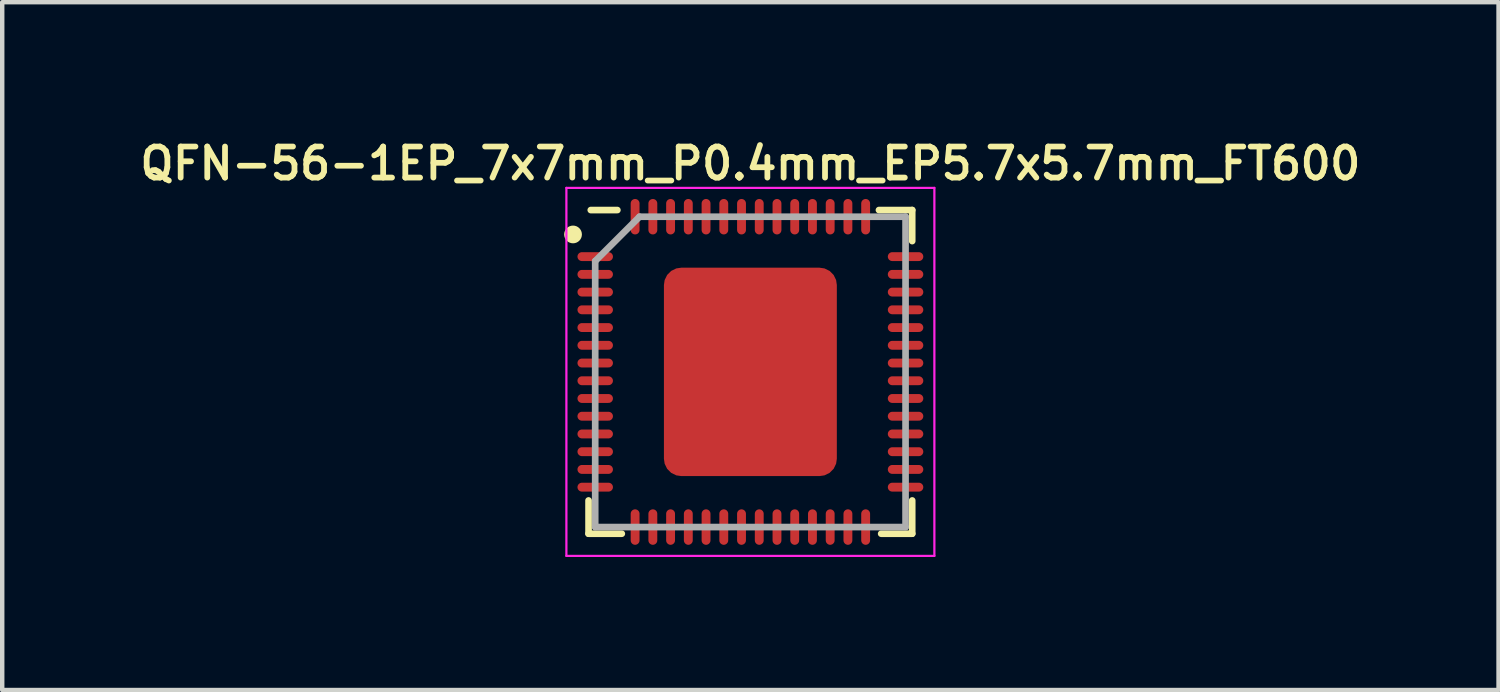
<source format=kicad_pcb>
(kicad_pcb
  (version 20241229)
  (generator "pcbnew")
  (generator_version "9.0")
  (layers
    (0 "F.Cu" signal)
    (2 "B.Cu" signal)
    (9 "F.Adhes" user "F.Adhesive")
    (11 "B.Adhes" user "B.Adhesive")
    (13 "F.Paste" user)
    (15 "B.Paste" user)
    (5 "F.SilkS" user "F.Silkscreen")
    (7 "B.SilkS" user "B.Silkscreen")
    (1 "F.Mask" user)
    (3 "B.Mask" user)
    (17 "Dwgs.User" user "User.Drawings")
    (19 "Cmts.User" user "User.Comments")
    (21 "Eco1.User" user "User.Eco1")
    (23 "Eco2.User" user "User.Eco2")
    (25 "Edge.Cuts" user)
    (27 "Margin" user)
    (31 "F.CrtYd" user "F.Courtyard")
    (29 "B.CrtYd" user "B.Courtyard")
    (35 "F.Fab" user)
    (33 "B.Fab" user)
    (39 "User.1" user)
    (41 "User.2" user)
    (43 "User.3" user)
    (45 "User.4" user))
  (footprint "QFN-56-1EP_7x7mm_P0.4mm_EP5.7x5.7mm_FT600"
    (layer "F.Cu")
    (at 13.875 5.338)
    (property "Reference" "QFN-56-1EP_7x7mm_P0.4mm_EP5.7x5.7mm_FT600" (at 0 -4.7 0) (layer "F.SilkS") (effects (font (size 0.7 0.7) (thickness 0.13))))
    (property "Value" "${VALUE}" (at 0 3 0) (layer "F.Fab") (hide yes) (effects (font (size 0.4 0.4) (thickness 0.05))))
    (attr smd)
    (fp_line (start -3.65 2.9) (end -3.65 3.65) (stroke (width 0.15) (type solid)) (layer "F.SilkS"))
    (fp_line (start -3.65 3.65) (end -2.9 3.65) (stroke (width 0.15) (type solid)) (layer "F.SilkS"))
    (fp_line (start -3.6 -3.65) (end -3 -3.65) (stroke (width 0.15) (type solid)) (layer "F.SilkS"))
    (fp_line (start 3.65 -3.65) (end 2.9 -3.65) (stroke (width 0.15) (type solid)) (layer "F.SilkS"))
    (fp_line (start 3.65 -3.65) (end 3.65 -2.95) (stroke (width 0.15) (type solid)) (layer "F.SilkS"))
    (fp_line (start 3.65 2.9) (end 3.65 3.65) (stroke (width 0.15) (type solid)) (layer "F.SilkS"))
    (fp_line (start 3.65 3.65) (end 2.95 3.65) (stroke (width 0.15) (type solid)) (layer "F.SilkS"))
    (fp_circle (center -4 -3.1) (end -3.9 -3.1) (stroke (width 0.2) (type solid)) (fill no) (layer "F.SilkS"))
    (fp_line (start -4.15 -4.15) (end -4.15 4.15) (stroke (width 0.05) (type solid)) (layer "F.CrtYd"))
    (fp_line (start -4.15 -4.15) (end 4.15 -4.15) (stroke (width 0.05) (type solid)) (layer "F.CrtYd"))
    (fp_line (start -4.15 4.15) (end 4.15 4.15) (stroke (width 0.05) (type solid)) (layer "F.CrtYd"))
    (fp_line (start 4.15 -4.15) (end 4.15 4.15) (stroke (width 0.05) (type solid)) (layer "F.CrtYd"))
    (fp_line (start -3.5 -2.5) (end -2.5 -3.5) (stroke (width 0.15) (type solid)) (layer "F.Fab"))
    (fp_line (start -3.5 3.5) (end -3.5 -2.5) (stroke (width 0.15) (type solid)) (layer "F.Fab"))
    (fp_line (start -2.5 -3.5) (end 3.5 -3.5) (stroke (width 0.15) (type solid)) (layer "F.Fab"))
    (fp_line (start 3.5 -3.5) (end 3.5 3.5) (stroke (width 0.15) (type solid)) (layer "F.Fab"))
    (fp_line (start 3.5 3.5) (end -3.5 3.5) (stroke (width 0.15) (type solid)) (layer "F.Fab"))
    (pad "" smd rect (at -1.2 -1.7) (size 0.9 0.9) (layers "F.Paste"))
    (pad "" smd rect (at -1.2 -0.575) (size 0.9 0.9) (layers "F.Paste"))
    (pad "" smd rect (at -1.2 0.575) (size 0.9 0.9) (layers "F.Paste"))
    (pad "" smd rect (at -1.2 1.72) (size 0.9 0.9) (layers "F.Paste"))
    (pad "" smd rect (at 0 -1.7) (size 0.9 0.9) (layers "F.Paste"))
    (pad "" smd rect (at 0 -0.575) (size 0.9 0.9) (layers "F.Paste"))
    (pad "" smd rect (at 0 0.575) (size 0.9 0.9) (layers "F.Paste"))
    (pad "" smd rect (at 0 1.72) (size 0.9 0.9) (layers "F.Paste"))
    (pad "" smd rect (at 1.2 -1.7) (size 0.9 0.9) (layers "F.Paste"))
    (pad "" smd rect (at 1.2 -0.575) (size 0.9 0.9) (layers "F.Paste"))
    (pad "" smd rect (at 1.2 0.575) (size 0.9 0.9) (layers "F.Paste"))
    (pad "" smd rect (at 1.2 1.72) (size 0.9 0.9) (layers "F.Paste"))
    (pad "1" smd oval (at -3.5 -2.6) (size 0.8 0.2) (layers "F.Cu" "F.Mask" "F.Paste"))
    (pad "2" smd oval (at -3.5 -2.2) (size 0.8 0.2) (layers "F.Cu" "F.Mask" "F.Paste"))
    (pad "3" smd oval (at -3.5 -1.8) (size 0.8 0.2) (layers "F.Cu" "F.Mask" "F.Paste"))
    (pad "4" smd oval (at -3.5 -1.4) (size 0.8 0.2) (layers "F.Cu" "F.Mask" "F.Paste"))
    (pad "5" smd oval (at -3.5 -1) (size 0.8 0.2) (layers "F.Cu" "F.Mask" "F.Paste"))
    (pad "6" smd oval (at -3.5 -0.6) (size 0.8 0.2) (layers "F.Cu" "F.Mask" "F.Paste"))
    (pad "7" smd oval (at -3.5 -0.2) (size 0.8 0.2) (layers "F.Cu" "F.Mask" "F.Paste"))
    (pad "8" smd oval (at -3.5 0.2) (size 0.8 0.2) (layers "F.Cu" "F.Mask" "F.Paste"))
    (pad "9" smd oval (at -3.5 0.6) (size 0.8 0.2) (layers "F.Cu" "F.Mask" "F.Paste"))
    (pad "10" smd oval (at -3.5 1) (size 0.8 0.2) (layers "F.Cu" "F.Mask" "F.Paste"))
    (pad "11" smd oval (at -3.5 1.4) (size 0.8 0.2) (layers "F.Cu" "F.Mask" "F.Paste"))
    (pad "12" smd oval (at -3.5 1.8) (size 0.8 0.2) (layers "F.Cu" "F.Mask" "F.Paste"))
    (pad "13" smd oval (at -3.5 2.2) (size 0.8 0.2) (layers "F.Cu" "F.Mask" "F.Paste"))
    (pad "14" smd oval (at -3.5 2.6) (size 0.8 0.2) (layers "F.Cu" "F.Mask" "F.Paste"))
    (pad "15" smd oval (at -2.6 3.5 90) (size 0.8 0.2) (layers "F.Cu" "F.Mask" "F.Paste"))
    (pad "16" smd oval (at -2.2 3.5 90) (size 0.8 0.2) (layers "F.Cu" "F.Mask" "F.Paste"))
    (pad "17" smd oval (at -1.8 3.5 90) (size 0.8 0.2) (layers "F.Cu" "F.Mask" "F.Paste"))
    (pad "18" smd oval (at -1.4 3.5 90) (size 0.8 0.2) (layers "F.Cu" "F.Mask" "F.Paste"))
    (pad "19" smd oval (at -1 3.5 90) (size 0.8 0.2) (layers "F.Cu" "F.Mask" "F.Paste"))
    (pad "20" smd oval (at -0.6 3.5 90) (size 0.8 0.2) (layers "F.Cu" "F.Mask" "F.Paste"))
    (pad "21" smd oval (at -0.2 3.5 90) (size 0.8 0.2) (layers "F.Cu" "F.Mask" "F.Paste"))
    (pad "22" smd oval (at 0.2 3.5 90) (size 0.8 0.2) (layers "F.Cu" "F.Mask" "F.Paste"))
    (pad "23" smd oval (at 0.6 3.5 90) (size 0.8 0.2) (layers "F.Cu" "F.Mask" "F.Paste"))
    (pad "24" smd oval (at 1 3.5 90) (size 0.8 0.2) (layers "F.Cu" "F.Mask" "F.Paste"))
    (pad "25" smd oval (at 1.4 3.5 90) (size 0.8 0.2) (layers "F.Cu" "F.Mask" "F.Paste"))
    (pad "26" smd oval (at 1.8 3.5 90) (size 0.8 0.2) (layers "F.Cu" "F.Mask" "F.Paste"))
    (pad "27" smd oval (at 2.2 3.5 90) (size 0.8 0.2) (layers "F.Cu" "F.Mask" "F.Paste"))
    (pad "28" smd oval (at 2.6 3.5 90) (size 0.8 0.2) (layers "F.Cu" "F.Mask" "F.Paste"))
    (pad "29" smd oval (at 3.5 2.6) (size 0.8 0.2) (layers "F.Cu" "F.Mask" "F.Paste"))
    (pad "30" smd oval (at 3.5 2.2) (size 0.8 0.2) (layers "F.Cu" "F.Mask" "F.Paste"))
    (pad "31" smd oval (at 3.5 1.8) (size 0.8 0.2) (layers "F.Cu" "F.Mask" "F.Paste"))
    (pad "32" smd oval (at 3.5 1.4) (size 0.8 0.2) (layers "F.Cu" "F.Mask" "F.Paste"))
    (pad "33" smd oval (at 3.5 1) (size 0.8 0.2) (layers "F.Cu" "F.Mask" "F.Paste"))
    (pad "34" smd oval (at 3.5 0.6) (size 0.8 0.2) (layers "F.Cu" "F.Mask" "F.Paste"))
    (pad "35" smd oval (at 3.5 0.2) (size 0.8 0.2) (layers "F.Cu" "F.Mask" "F.Paste"))
    (pad "36" smd oval (at 3.5 -0.2) (size 0.8 0.2) (layers "F.Cu" "F.Mask" "F.Paste"))
    (pad "37" smd oval (at 3.5 -0.6) (size 0.8 0.2) (layers "F.Cu" "F.Mask" "F.Paste"))
    (pad "38" smd oval (at 3.5 -1) (size 0.8 0.2) (layers "F.Cu" "F.Mask" "F.Paste"))
    (pad "39" smd oval (at 3.5 -1.4) (size 0.8 0.2) (layers "F.Cu" "F.Mask" "F.Paste"))
    (pad "40" smd oval (at 3.5 -1.8) (size 0.8 0.2) (layers "F.Cu" "F.Mask" "F.Paste"))
    (pad "41" smd oval (at 3.5 -2.2) (size 0.8 0.2) (layers "F.Cu" "F.Mask" "F.Paste"))
    (pad "42" smd oval (at 3.5 -2.6) (size 0.8 0.2) (layers "F.Cu" "F.Mask" "F.Paste"))
    (pad "43" smd oval (at 2.6 -3.5 90) (size 0.8 0.2) (layers "F.Cu" "F.Mask" "F.Paste"))
    (pad "44" smd oval (at 2.2 -3.5 90) (size 0.8 0.2) (layers "F.Cu" "F.Mask" "F.Paste"))
    (pad "45" smd oval (at 1.8 -3.5 90) (size 0.8 0.2) (layers "F.Cu" "F.Mask" "F.Paste"))
    (pad "46" smd oval (at 1.4 -3.5 90) (size 0.8 0.2) (layers "F.Cu" "F.Mask" "F.Paste"))
    (pad "47" smd oval (at 1 -3.5 90) (size 0.8 0.2) (layers "F.Cu" "F.Mask" "F.Paste"))
    (pad "48" smd oval (at 0.6 -3.5 90) (size 0.8 0.2) (layers "F.Cu" "F.Mask" "F.Paste"))
    (pad "49" smd oval (at 0.2 -3.5 90) (size 0.8 0.2) (layers "F.Cu" "F.Mask" "F.Paste"))
    (pad "50" smd oval (at -0.2 -3.5 90) (size 0.8 0.2) (layers "F.Cu" "F.Mask" "F.Paste"))
    (pad "51" smd oval (at -0.6 -3.5 90) (size 0.8 0.2) (layers "F.Cu" "F.Mask" "F.Paste"))
    (pad "52" smd oval (at -1 -3.5 90) (size 0.8 0.2) (layers "F.Cu" "F.Mask" "F.Paste"))
    (pad "53" smd oval (at -1.4 -3.5 90) (size 0.8 0.2) (layers "F.Cu" "F.Mask" "F.Paste"))
    (pad "54" smd oval (at -1.8 -3.5 90) (size 0.8 0.2) (layers "F.Cu" "F.Mask" "F.Paste"))
    (pad "55" smd oval (at -2.2 -3.5 90) (size 0.8 0.2) (layers "F.Cu" "F.Mask" "F.Paste"))
    (pad "56" smd oval (at -2.6 -3.5 90) (size 0.8 0.2) (layers "F.Cu" "F.Mask" "F.Paste"))
    (pad "57" smd roundrect (at 0 0) (size 3.9 4.7) (layers "F.Cu" "F.Mask") (roundrect_rratio 0.1)))
  (gr_rect
    (start -3 -3)
    (end 30.75 12.513)
    (stroke (width 0.1) (type default))
    (fill no)
    (layer "Edge.Cuts")))
</source>
